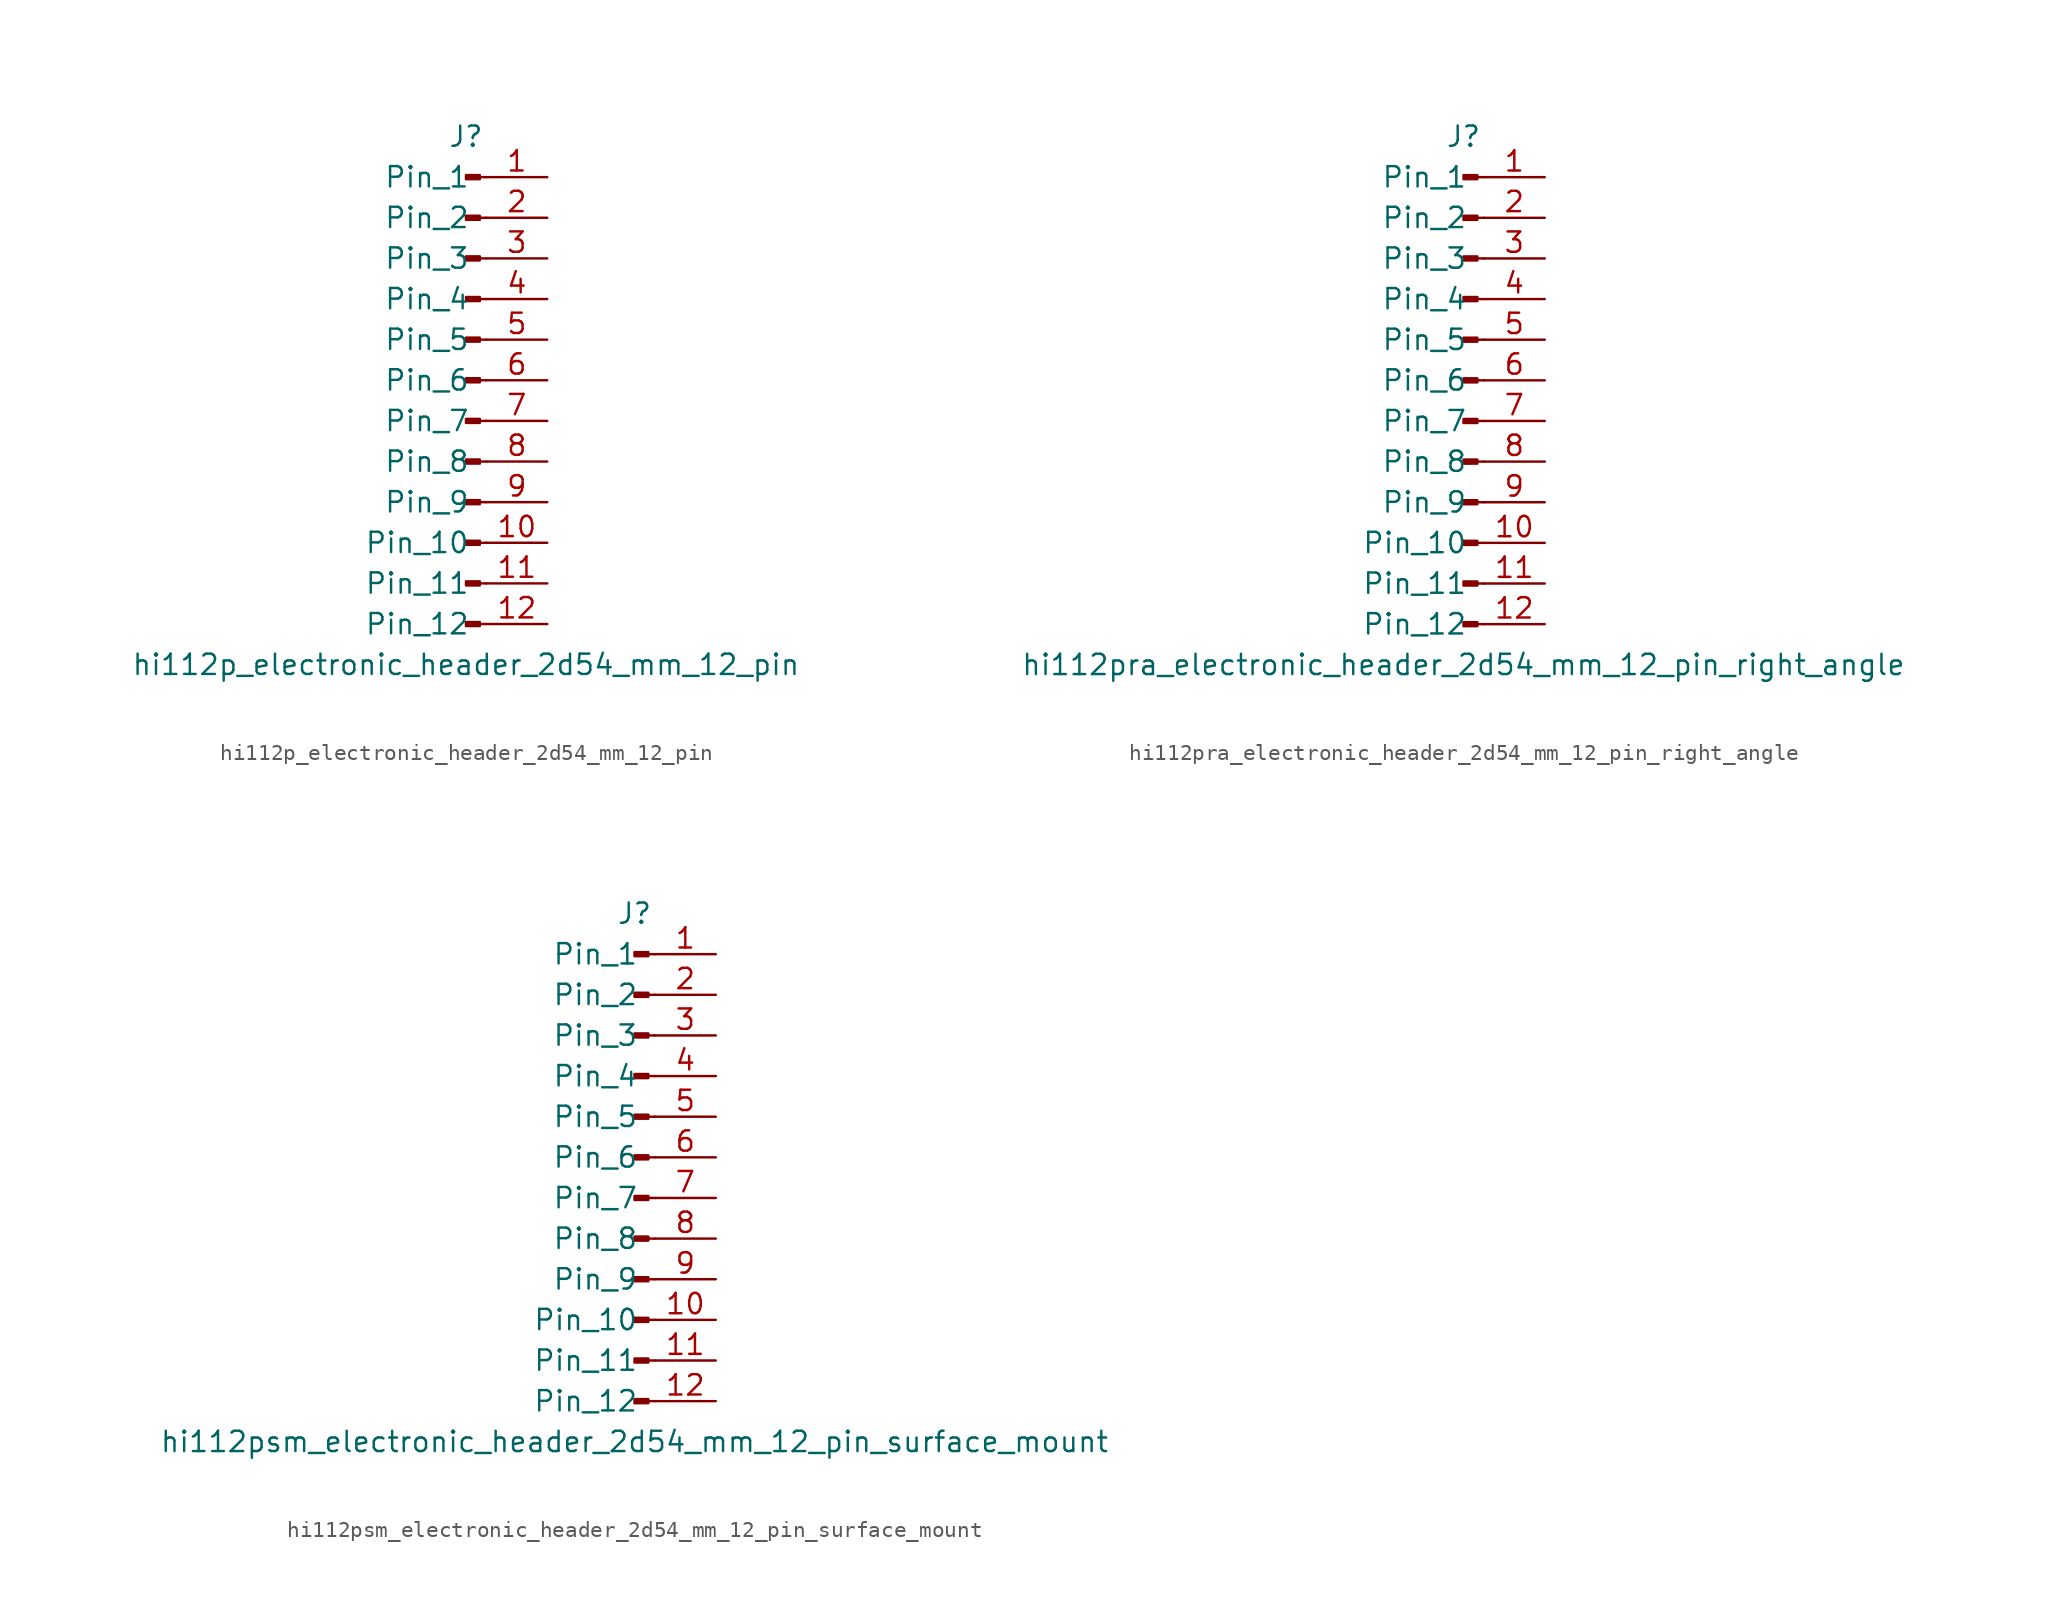
<source format=kicad_sym>
(kicad_symbol_lib
  (version 20220914)
  (generator kicad_symbol_editor)
  (symbol "hi112p_electronic_header_2d54_mm_12_pin"
    (pin_names
      (offset 1.016))
    (property "Reference" "J"
      (at 0 15.24 0)
      (effects (font (size 1.27 1.27))))
    (property "Value" "hi112p_electronic_header_2d54_mm_12_pin"
      (at 0 -17.78 0)
      (effects (font (size 1.27 1.27))))
    (property "ki_locked" ""
      (at 0 0 0)
      (effects (font (size 1.27 1.27))))
    (symbol "hi112p_electronic_header_2d54_mm_12_pin_1_1"
      (polyline (pts (xy 1.27 -15.24) (xy 0.864 -15.24)) (stroke (width 0.152) (type default)) (fill (type none)))
      (polyline (pts (xy 1.27 -12.7) (xy 0.864 -12.7)) (stroke (width 0.152) (type default)) (fill (type none)))
      (polyline (pts (xy 1.27 -10.16) (xy 0.864 -10.16)) (stroke (width 0.152) (type default)) (fill (type none)))
      (polyline (pts (xy 1.27 -7.62) (xy 0.864 -7.62)) (stroke (width 0.152) (type default)) (fill (type none)))
      (polyline (pts (xy 1.27 -5.08) (xy 0.864 -5.08)) (stroke (width 0.152) (type default)) (fill (type none)))
      (polyline (pts (xy 1.27 -2.54) (xy 0.864 -2.54)) (stroke (width 0.152) (type default)) (fill (type none)))
      (polyline (pts (xy 1.27 0) (xy 0.864 0)) (stroke (width 0.152) (type default)) (fill (type none)))
      (polyline (pts (xy 1.27 2.54) (xy 0.864 2.54)) (stroke (width 0.152) (type default)) (fill (type none)))
      (polyline (pts (xy 1.27 5.08) (xy 0.864 5.08)) (stroke (width 0.152) (type default)) (fill (type none)))
      (polyline (pts (xy 1.27 7.62) (xy 0.864 7.62)) (stroke (width 0.152) (type default)) (fill (type none)))
      (polyline (pts (xy 1.27 10.16) (xy 0.864 10.16)) (stroke (width 0.152) (type default)) (fill (type none)))
      (polyline (pts (xy 1.27 12.7) (xy 0.864 12.7)) (stroke (width 0.152) (type default)) (fill (type none)))
      (rectangle (start 0.864 -15.113) (end 0 -15.367) (stroke (width 0.152) (type default)) (fill (type outline)))
      (rectangle (start 0.864 -12.573) (end 0 -12.827) (stroke (width 0.152) (type default)) (fill (type outline)))
      (rectangle (start 0.864 -10.033) (end 0 -10.287) (stroke (width 0.152) (type default)) (fill (type outline)))
      (rectangle (start 0.864 -7.493) (end 0 -7.747) (stroke (width 0.152) (type default)) (fill (type outline)))
      (rectangle (start 0.864 -4.953) (end 0 -5.207) (stroke (width 0.152) (type default)) (fill (type outline)))
      (rectangle (start 0.864 -2.413) (end 0 -2.667) (stroke (width 0.152) (type default)) (fill (type outline)))
      (rectangle (start 0.864 0.127) (end 0 -0.127) (stroke (width 0.152) (type default)) (fill (type outline)))
      (rectangle (start 0.864 2.667) (end 0 2.413) (stroke (width 0.152) (type default)) (fill (type outline)))
      (rectangle (start 0.864 5.207) (end 0 4.953) (stroke (width 0.152) (type default)) (fill (type outline)))
      (rectangle (start 0.864 7.747) (end 0 7.493) (stroke (width 0.152) (type default)) (fill (type outline)))
      (rectangle (start 0.864 10.287) (end 0 10.033) (stroke (width 0.152) (type default)) (fill (type outline)))
      (rectangle (start 0.864 12.827) (end 0 12.573) (stroke (width 0.152) (type default)) (fill (type outline)))
      (pin passive line (at 5.08 12.7 180) (length 3.81) (name "Pin_1" (effects (font (size 1.27 1.27)))) (number "1" (effects (font (size 1.27 1.27)))))
      (pin passive line (at 5.08 -10.16 180) (length 3.81) (name "Pin_10" (effects (font (size 1.27 1.27)))) (number "10" (effects (font (size 1.27 1.27)))))
      (pin passive line (at 5.08 -12.7 180) (length 3.81) (name "Pin_11" (effects (font (size 1.27 1.27)))) (number "11" (effects (font (size 1.27 1.27)))))
      (pin passive line (at 5.08 -15.24 180) (length 3.81) (name "Pin_12" (effects (font (size 1.27 1.27)))) (number "12" (effects (font (size 1.27 1.27)))))
      (pin passive line (at 5.08 10.16 180) (length 3.81) (name "Pin_2" (effects (font (size 1.27 1.27)))) (number "2" (effects (font (size 1.27 1.27)))))
      (pin passive line (at 5.08 7.62 180) (length 3.81) (name "Pin_3" (effects (font (size 1.27 1.27)))) (number "3" (effects (font (size 1.27 1.27)))))
      (pin passive line (at 5.08 5.08 180) (length 3.81) (name "Pin_4" (effects (font (size 1.27 1.27)))) (number "4" (effects (font (size 1.27 1.27)))))
      (pin passive line (at 5.08 2.54 180) (length 3.81) (name "Pin_5" (effects (font (size 1.27 1.27)))) (number "5" (effects (font (size 1.27 1.27)))))
      (pin passive line (at 5.08 0 180) (length 3.81) (name "Pin_6" (effects (font (size 1.27 1.27)))) (number "6" (effects (font (size 1.27 1.27)))))
      (pin passive line (at 5.08 -2.54 180) (length 3.81) (name "Pin_7" (effects (font (size 1.27 1.27)))) (number "7" (effects (font (size 1.27 1.27)))))
      (pin passive line (at 5.08 -5.08 180) (length 3.81) (name "Pin_8" (effects (font (size 1.27 1.27)))) (number "8" (effects (font (size 1.27 1.27)))))
      (pin passive line (at 5.08 -7.62 180) (length 3.81) (name "Pin_9" (effects (font (size 1.27 1.27)))) (number "9" (effects (font (size 1.27 1.27)))))))
  (symbol "hi112pra_electronic_header_2d54_mm_12_pin_right_angle"
    (pin_names
      (offset 1.016))
    (property "Reference" "J"
      (at 0 15.24 0)
      (effects (font (size 1.27 1.27))))
    (property "Value" "hi112pra_electronic_header_2d54_mm_12_pin_right_angle"
      (at 0 -17.78 0)
      (effects (font (size 1.27 1.27))))
    (property "ki_locked" ""
      (at 0 0 0)
      (effects (font (size 1.27 1.27))))
    (symbol "hi112pra_electronic_header_2d54_mm_12_pin_right_angle_1_1"
      (polyline (pts (xy 1.27 -15.24) (xy 0.864 -15.24)) (stroke (width 0.152) (type default)) (fill (type none)))
      (polyline (pts (xy 1.27 -12.7) (xy 0.864 -12.7)) (stroke (width 0.152) (type default)) (fill (type none)))
      (polyline (pts (xy 1.27 -10.16) (xy 0.864 -10.16)) (stroke (width 0.152) (type default)) (fill (type none)))
      (polyline (pts (xy 1.27 -7.62) (xy 0.864 -7.62)) (stroke (width 0.152) (type default)) (fill (type none)))
      (polyline (pts (xy 1.27 -5.08) (xy 0.864 -5.08)) (stroke (width 0.152) (type default)) (fill (type none)))
      (polyline (pts (xy 1.27 -2.54) (xy 0.864 -2.54)) (stroke (width 0.152) (type default)) (fill (type none)))
      (polyline (pts (xy 1.27 0) (xy 0.864 0)) (stroke (width 0.152) (type default)) (fill (type none)))
      (polyline (pts (xy 1.27 2.54) (xy 0.864 2.54)) (stroke (width 0.152) (type default)) (fill (type none)))
      (polyline (pts (xy 1.27 5.08) (xy 0.864 5.08)) (stroke (width 0.152) (type default)) (fill (type none)))
      (polyline (pts (xy 1.27 7.62) (xy 0.864 7.62)) (stroke (width 0.152) (type default)) (fill (type none)))
      (polyline (pts (xy 1.27 10.16) (xy 0.864 10.16)) (stroke (width 0.152) (type default)) (fill (type none)))
      (polyline (pts (xy 1.27 12.7) (xy 0.864 12.7)) (stroke (width 0.152) (type default)) (fill (type none)))
      (rectangle (start 0.864 -15.113) (end 0 -15.367) (stroke (width 0.152) (type default)) (fill (type outline)))
      (rectangle (start 0.864 -12.573) (end 0 -12.827) (stroke (width 0.152) (type default)) (fill (type outline)))
      (rectangle (start 0.864 -10.033) (end 0 -10.287) (stroke (width 0.152) (type default)) (fill (type outline)))
      (rectangle (start 0.864 -7.493) (end 0 -7.747) (stroke (width 0.152) (type default)) (fill (type outline)))
      (rectangle (start 0.864 -4.953) (end 0 -5.207) (stroke (width 0.152) (type default)) (fill (type outline)))
      (rectangle (start 0.864 -2.413) (end 0 -2.667) (stroke (width 0.152) (type default)) (fill (type outline)))
      (rectangle (start 0.864 0.127) (end 0 -0.127) (stroke (width 0.152) (type default)) (fill (type outline)))
      (rectangle (start 0.864 2.667) (end 0 2.413) (stroke (width 0.152) (type default)) (fill (type outline)))
      (rectangle (start 0.864 5.207) (end 0 4.953) (stroke (width 0.152) (type default)) (fill (type outline)))
      (rectangle (start 0.864 7.747) (end 0 7.493) (stroke (width 0.152) (type default)) (fill (type outline)))
      (rectangle (start 0.864 10.287) (end 0 10.033) (stroke (width 0.152) (type default)) (fill (type outline)))
      (rectangle (start 0.864 12.827) (end 0 12.573) (stroke (width 0.152) (type default)) (fill (type outline)))
      (pin passive line (at 5.08 12.7 180) (length 3.81) (name "Pin_1" (effects (font (size 1.27 1.27)))) (number "1" (effects (font (size 1.27 1.27)))))
      (pin passive line (at 5.08 -10.16 180) (length 3.81) (name "Pin_10" (effects (font (size 1.27 1.27)))) (number "10" (effects (font (size 1.27 1.27)))))
      (pin passive line (at 5.08 -12.7 180) (length 3.81) (name "Pin_11" (effects (font (size 1.27 1.27)))) (number "11" (effects (font (size 1.27 1.27)))))
      (pin passive line (at 5.08 -15.24 180) (length 3.81) (name "Pin_12" (effects (font (size 1.27 1.27)))) (number "12" (effects (font (size 1.27 1.27)))))
      (pin passive line (at 5.08 10.16 180) (length 3.81) (name "Pin_2" (effects (font (size 1.27 1.27)))) (number "2" (effects (font (size 1.27 1.27)))))
      (pin passive line (at 5.08 7.62 180) (length 3.81) (name "Pin_3" (effects (font (size 1.27 1.27)))) (number "3" (effects (font (size 1.27 1.27)))))
      (pin passive line (at 5.08 5.08 180) (length 3.81) (name "Pin_4" (effects (font (size 1.27 1.27)))) (number "4" (effects (font (size 1.27 1.27)))))
      (pin passive line (at 5.08 2.54 180) (length 3.81) (name "Pin_5" (effects (font (size 1.27 1.27)))) (number "5" (effects (font (size 1.27 1.27)))))
      (pin passive line (at 5.08 0 180) (length 3.81) (name "Pin_6" (effects (font (size 1.27 1.27)))) (number "6" (effects (font (size 1.27 1.27)))))
      (pin passive line (at 5.08 -2.54 180) (length 3.81) (name "Pin_7" (effects (font (size 1.27 1.27)))) (number "7" (effects (font (size 1.27 1.27)))))
      (pin passive line (at 5.08 -5.08 180) (length 3.81) (name "Pin_8" (effects (font (size 1.27 1.27)))) (number "8" (effects (font (size 1.27 1.27)))))
      (pin passive line (at 5.08 -7.62 180) (length 3.81) (name "Pin_9" (effects (font (size 1.27 1.27)))) (number "9" (effects (font (size 1.27 1.27)))))))
  (symbol "hi112psm_electronic_header_2d54_mm_12_pin_surface_mount"
    (pin_names
      (offset 1.016))
    (property "Reference" "J"
      (at 0 15.24 0)
      (effects (font (size 1.27 1.27))))
    (property "Value" "hi112psm_electronic_header_2d54_mm_12_pin_surface_mount"
      (at 0 -17.78 0)
      (effects (font (size 1.27 1.27))))
    (property "ki_locked" ""
      (at 0 0 0)
      (effects (font (size 1.27 1.27))))
    (symbol "hi112psm_electronic_header_2d54_mm_12_pin_surface_mount_1_1"
      (polyline (pts (xy 1.27 -15.24) (xy 0.864 -15.24)) (stroke (width 0.152) (type default)) (fill (type none)))
      (polyline (pts (xy 1.27 -12.7) (xy 0.864 -12.7)) (stroke (width 0.152) (type default)) (fill (type none)))
      (polyline (pts (xy 1.27 -10.16) (xy 0.864 -10.16)) (stroke (width 0.152) (type default)) (fill (type none)))
      (polyline (pts (xy 1.27 -7.62) (xy 0.864 -7.62)) (stroke (width 0.152) (type default)) (fill (type none)))
      (polyline (pts (xy 1.27 -5.08) (xy 0.864 -5.08)) (stroke (width 0.152) (type default)) (fill (type none)))
      (polyline (pts (xy 1.27 -2.54) (xy 0.864 -2.54)) (stroke (width 0.152) (type default)) (fill (type none)))
      (polyline (pts (xy 1.27 0) (xy 0.864 0)) (stroke (width 0.152) (type default)) (fill (type none)))
      (polyline (pts (xy 1.27 2.54) (xy 0.864 2.54)) (stroke (width 0.152) (type default)) (fill (type none)))
      (polyline (pts (xy 1.27 5.08) (xy 0.864 5.08)) (stroke (width 0.152) (type default)) (fill (type none)))
      (polyline (pts (xy 1.27 7.62) (xy 0.864 7.62)) (stroke (width 0.152) (type default)) (fill (type none)))
      (polyline (pts (xy 1.27 10.16) (xy 0.864 10.16)) (stroke (width 0.152) (type default)) (fill (type none)))
      (polyline (pts (xy 1.27 12.7) (xy 0.864 12.7)) (stroke (width 0.152) (type default)) (fill (type none)))
      (rectangle (start 0.864 -15.113) (end 0 -15.367) (stroke (width 0.152) (type default)) (fill (type outline)))
      (rectangle (start 0.864 -12.573) (end 0 -12.827) (stroke (width 0.152) (type default)) (fill (type outline)))
      (rectangle (start 0.864 -10.033) (end 0 -10.287) (stroke (width 0.152) (type default)) (fill (type outline)))
      (rectangle (start 0.864 -7.493) (end 0 -7.747) (stroke (width 0.152) (type default)) (fill (type outline)))
      (rectangle (start 0.864 -4.953) (end 0 -5.207) (stroke (width 0.152) (type default)) (fill (type outline)))
      (rectangle (start 0.864 -2.413) (end 0 -2.667) (stroke (width 0.152) (type default)) (fill (type outline)))
      (rectangle (start 0.864 0.127) (end 0 -0.127) (stroke (width 0.152) (type default)) (fill (type outline)))
      (rectangle (start 0.864 2.667) (end 0 2.413) (stroke (width 0.152) (type default)) (fill (type outline)))
      (rectangle (start 0.864 5.207) (end 0 4.953) (stroke (width 0.152) (type default)) (fill (type outline)))
      (rectangle (start 0.864 7.747) (end 0 7.493) (stroke (width 0.152) (type default)) (fill (type outline)))
      (rectangle (start 0.864 10.287) (end 0 10.033) (stroke (width 0.152) (type default)) (fill (type outline)))
      (rectangle (start 0.864 12.827) (end 0 12.573) (stroke (width 0.152) (type default)) (fill (type outline)))
      (pin passive line (at 5.08 12.7 180) (length 3.81) (name "Pin_1" (effects (font (size 1.27 1.27)))) (number "1" (effects (font (size 1.27 1.27)))))
      (pin passive line (at 5.08 -10.16 180) (length 3.81) (name "Pin_10" (effects (font (size 1.27 1.27)))) (number "10" (effects (font (size 1.27 1.27)))))
      (pin passive line (at 5.08 -12.7 180) (length 3.81) (name "Pin_11" (effects (font (size 1.27 1.27)))) (number "11" (effects (font (size 1.27 1.27)))))
      (pin passive line (at 5.08 -15.24 180) (length 3.81) (name "Pin_12" (effects (font (size 1.27 1.27)))) (number "12" (effects (font (size 1.27 1.27)))))
      (pin passive line (at 5.08 10.16 180) (length 3.81) (name "Pin_2" (effects (font (size 1.27 1.27)))) (number "2" (effects (font (size 1.27 1.27)))))
      (pin passive line (at 5.08 7.62 180) (length 3.81) (name "Pin_3" (effects (font (size 1.27 1.27)))) (number "3" (effects (font (size 1.27 1.27)))))
      (pin passive line (at 5.08 5.08 180) (length 3.81) (name "Pin_4" (effects (font (size 1.27 1.27)))) (number "4" (effects (font (size 1.27 1.27)))))
      (pin passive line (at 5.08 2.54 180) (length 3.81) (name "Pin_5" (effects (font (size 1.27 1.27)))) (number "5" (effects (font (size 1.27 1.27)))))
      (pin passive line (at 5.08 0 180) (length 3.81) (name "Pin_6" (effects (font (size 1.27 1.27)))) (number "6" (effects (font (size 1.27 1.27)))))
      (pin passive line (at 5.08 -2.54 180) (length 3.81) (name "Pin_7" (effects (font (size 1.27 1.27)))) (number "7" (effects (font (size 1.27 1.27)))))
      (pin passive line (at 5.08 -5.08 180) (length 3.81) (name "Pin_8" (effects (font (size 1.27 1.27)))) (number "8" (effects (font (size 1.27 1.27)))))
      (pin passive line (at 5.08 -7.62 180) (length 3.81) (name "Pin_9" (effects (font (size 1.27 1.27)))) (number "9" (effects (font (size 1.27 1.27))))))))
</source>
